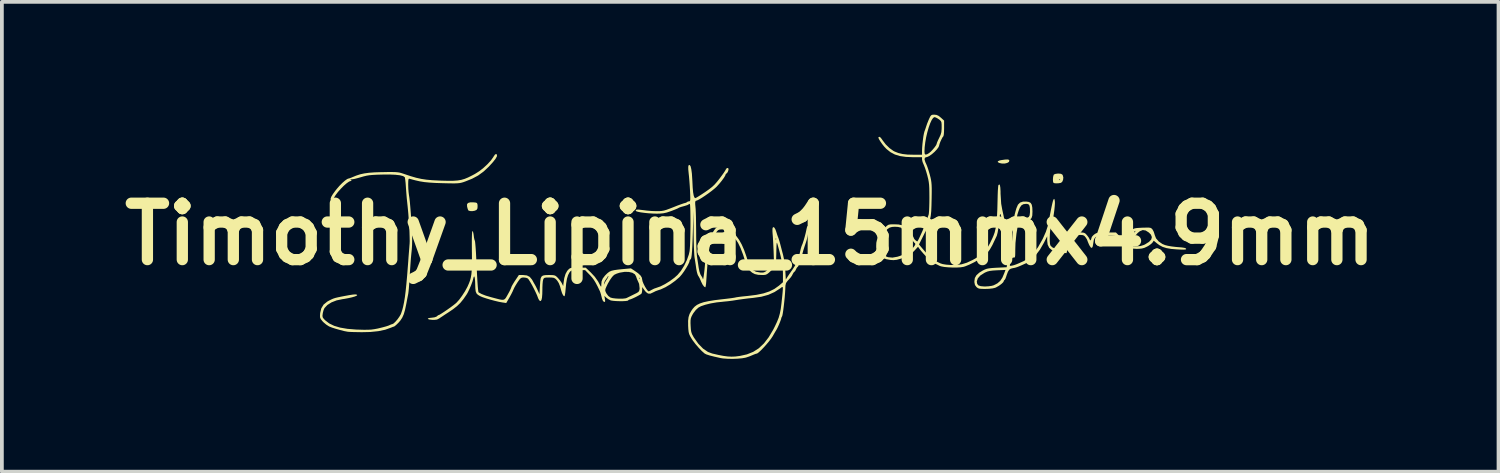
<source format=kicad_pcb>
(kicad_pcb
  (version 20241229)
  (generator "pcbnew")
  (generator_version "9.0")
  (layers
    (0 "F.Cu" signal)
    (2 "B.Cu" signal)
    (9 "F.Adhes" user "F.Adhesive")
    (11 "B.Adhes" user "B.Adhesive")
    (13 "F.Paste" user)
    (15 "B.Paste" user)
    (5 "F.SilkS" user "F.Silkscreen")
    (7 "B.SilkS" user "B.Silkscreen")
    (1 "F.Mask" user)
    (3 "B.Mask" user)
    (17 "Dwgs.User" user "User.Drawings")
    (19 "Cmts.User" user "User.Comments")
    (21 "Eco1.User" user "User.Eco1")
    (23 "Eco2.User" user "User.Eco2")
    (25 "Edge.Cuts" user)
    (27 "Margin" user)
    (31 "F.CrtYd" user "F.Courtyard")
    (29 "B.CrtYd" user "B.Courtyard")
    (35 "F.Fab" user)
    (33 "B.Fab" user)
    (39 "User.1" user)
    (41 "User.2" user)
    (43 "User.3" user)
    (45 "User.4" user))
  (footprint "Timothy_Lipina_15mmx4.9mm"
    (layer "F.Cu")
    (at 16.907 3.178)
    (property "Reference" "Timothy_Lipina_15mmx4.9mm" (at 0 0 0) (layer "F.SilkS") (effects (font (size 1.5 1.5) (thickness 0.3))))
    (attr board_only exclude_from_pos_files exclude_from_bom)
    (fp_poly (pts (xy 6.882 -1.977) (xy 6.894 -1.957) (xy 6.883 -1.921) (xy 6.839 -1.894) (xy 6.775 -1.878) (xy 6.701 -1.877) (xy 6.629 -1.892) (xy 6.621 -1.895) (xy 6.585 -1.918) (xy 6.591 -1.94) (xy 6.638 -1.96) (xy 6.676 -1.968) (xy 6.778 -1.983) (xy 6.845 -1.986)) (stroke (width 0) (type solid)) (fill yes) (layer "F.SilkS"))
    (fp_poly (pts (xy -7.361 -0.845) (xy -7.299 -0.839) (xy -7.268 -0.826) (xy -7.256 -0.795) (xy -7.252 -0.754) (xy -7.255 -0.686) (xy -7.279 -0.645) (xy -7.284 -0.641) (xy -7.332 -0.621) (xy -7.394 -0.611) (xy -7.454 -0.614) (xy -7.495 -0.628) (xy -7.5 -0.634) (xy -7.515 -0.671) (xy -7.53 -0.727) (xy -7.531 -0.732) (xy -7.534 -0.791) (xy -7.508 -0.828) (xy -7.448 -0.845)) (stroke (width 0) (type solid)) (fill yes) (layer "F.SilkS"))
    (fp_poly (pts (xy 8.265 -1.605) (xy 8.303 -1.584) (xy 8.314 -1.567) (xy 8.33 -1.507) (xy 8.323 -1.442) (xy 8.298 -1.388) (xy 8.263 -1.363) (xy 8.203 -1.353) (xy 8.138 -1.35) (xy 8.086 -1.356) (xy 8.068 -1.364) (xy 8.056 -1.399) (xy 8.053 -1.451) (xy 8.213 -1.451) (xy 8.216 -1.438) (xy 8.227 -1.437) (xy 8.245 -1.444) (xy 8.242 -1.451) (xy 8.216 -1.454) (xy 8.213 -1.451) (xy 8.053 -1.451) (xy 8.053 -1.457) (xy 8.058 -1.52) (xy 8.071 -1.57) (xy 8.079 -1.585) (xy 8.116 -1.601) (xy 8.177 -1.61) (xy 8.198 -1.611)) (stroke (width 0) (type solid)) (fill yes) (layer "F.SilkS"))
    (fp_poly (pts (xy -6.737 -2.112) (xy -6.737 -2.072) (xy -6.772 -2.007) (xy -6.842 -1.917) (xy -6.947 -1.802) (xy -6.958 -1.79) (xy -7.097 -1.661) (xy -7.239 -1.558) (xy -7.399 -1.473) (xy -7.573 -1.403) (xy -7.629 -1.383) (xy -7.677 -1.369) (xy -7.724 -1.359) (xy -7.779 -1.353) (xy -7.849 -1.35) (xy -7.941 -1.35) (xy -8.063 -1.352) (xy -8.183 -1.355) (xy -8.373 -1.361) (xy -8.531 -1.371) (xy -8.666 -1.384) (xy -8.79 -1.404) (xy -8.914 -1.432) (xy -9.047 -1.468) (xy -9.06 -1.472) (xy -9.079 -1.473) (xy -9.09 -1.458) (xy -9.096 -1.418) (xy -9.098 -1.345) (xy -9.098 -1.308) (xy -9.095 -1.208) (xy -9.087 -1.11) (xy -9.077 -1.033) (xy -9.076 -1.029) (xy -9.066 -0.962) (xy -9.054 -0.856) (xy -9.042 -0.719) (xy -9.029 -0.555) (xy -9.016 -0.372) (xy -9.005 -0.174) (xy -8.996 -0.006) (xy -8.992 0.139) (xy -8.995 0.285) (xy -9.003 0.414) (xy -9.007 0.451) (xy -9.016 0.536) (xy -9.027 0.653) (xy -9.037 0.791) (xy -9.047 0.938) (xy -9.055 1.066) (xy -9.063 1.205) (xy -9.072 1.336) (xy -9.081 1.449) (xy -9.09 1.536) (xy -9.097 1.589) (xy -9.097 1.589) (xy -9.111 1.658) (xy -9.129 1.751) (xy -9.148 1.852) (xy -9.152 1.872) (xy -9.183 2.019) (xy -9.216 2.132) (xy -9.256 2.222) (xy -9.305 2.297) (xy -9.356 2.356) (xy -9.41 2.409) (xy -9.453 2.446) (xy -9.475 2.459) (xy -9.506 2.468) (xy -9.557 2.489) (xy -9.563 2.491) (xy -9.711 2.544) (xy -9.895 2.582) (xy -10.111 2.604) (xy -10.334 2.609) (xy -10.452 2.607) (xy -10.558 2.605) (xy -10.643 2.602) (xy -10.698 2.598) (xy -10.708 2.597) (xy -10.802 2.579) (xy -10.911 2.551) (xy -11.024 2.519) (xy -11.124 2.487) (xy -11.198 2.458) (xy -11.206 2.454) (xy -11.279 2.407) (xy -11.352 2.345) (xy -11.377 2.319) (xy -11.419 2.267) (xy -11.44 2.226) (xy -11.445 2.178) (xy -11.44 2.105) (xy -11.44 2.101) (xy -11.41 1.975) (xy -11.349 1.875) (xy -11.251 1.795) (xy -11.208 1.771) (xy -11.147 1.74) (xy -11.095 1.717) (xy -11.041 1.699) (xy -10.975 1.683) (xy -10.885 1.664) (xy -10.806 1.649) (xy -10.672 1.624) (xy -10.575 1.609) (xy -10.51 1.604) (xy -10.472 1.608) (xy -10.455 1.621) (xy -10.454 1.623) (xy -10.47 1.639) (xy -10.52 1.66) (xy -10.596 1.682) (xy -10.689 1.703) (xy -10.791 1.722) (xy -10.85 1.731) (xy -11.003 1.763) (xy -11.139 1.816) (xy -11.249 1.886) (xy -11.325 1.967) (xy -11.349 2.02) (xy -11.368 2.092) (xy -11.372 2.115) (xy -11.379 2.175) (xy -11.371 2.217) (xy -11.342 2.256) (xy -11.305 2.294) (xy -11.2 2.375) (xy -11.069 2.439) (xy -10.908 2.487) (xy -10.714 2.52) (xy -10.482 2.539) (xy -10.413 2.541) (xy -10.275 2.545) (xy -10.169 2.544) (xy -10.081 2.54) (xy -10.001 2.529) (xy -9.915 2.513) (xy -9.872 2.503) (xy -9.775 2.479) (xy -9.687 2.455) (xy -9.623 2.434) (xy -9.602 2.425) (xy -9.553 2.403) (xy -9.521 2.394) (xy -9.487 2.377) (xy -9.439 2.332) (xy -9.385 2.27) (xy -9.335 2.2) (xy -9.296 2.134) (xy -9.285 2.106) (xy -9.256 2.02) (xy -9.231 1.923) (xy -9.208 1.81) (xy -9.186 1.676) (xy -9.166 1.519) (xy -9.147 1.333) (xy -9.127 1.113) (xy -9.107 0.857) (xy -9.097 0.729) (xy -9.088 0.6) (xy -9.078 0.474) (xy -9.069 0.362) (xy -9.063 0.278) (xy -9.061 0.261) (xy -9.058 0.187) (xy -9.06 0.077) (xy -9.064 -0.059) (xy -9.072 -0.213) (xy -9.083 -0.378) (xy -9.095 -0.545) (xy -9.11 -0.705) (xy -9.124 -0.838) (xy -9.136 -0.951) (xy -9.147 -1.085) (xy -9.157 -1.217) (xy -9.16 -1.262) (xy -9.167 -1.359) (xy -9.176 -1.441) (xy -9.184 -1.496) (xy -9.189 -1.514) (xy -9.232 -1.543) (xy -9.316 -1.565) (xy -9.44 -1.579) (xy -9.602 -1.586) (xy -9.794 -1.584) (xy -9.937 -1.58) (xy -10.047 -1.574) (xy -10.134 -1.566) (xy -10.21 -1.553) (xy -10.285 -1.535) (xy -10.346 -1.517) (xy -10.439 -1.491) (xy -10.521 -1.47) (xy -10.581 -1.459) (xy -10.597 -1.458) (xy -10.633 -1.455) (xy -10.631 -1.443) (xy -10.621 -1.437) (xy -10.6 -1.42) (xy -10.616 -1.415) (xy -10.622 -1.415) (xy -10.67 -1.398) (xy -10.735 -1.353) (xy -10.811 -1.287) (xy -10.89 -1.207) (xy -10.965 -1.123) (xy -11.029 -1.039) (xy -11.074 -0.966) (xy -11.092 -0.921) (xy -11.113 -0.879) (xy -11.138 -0.875) (xy -11.158 -0.905) (xy -11.162 -0.943) (xy -11.144 -0.994) (xy -11.102 -1.064) (xy -11.034 -1.157) (xy -11 -1.2) (xy -10.927 -1.284) (xy -10.851 -1.361) (xy -10.779 -1.424) (xy -10.72 -1.466) (xy -10.681 -1.48) (xy -10.649 -1.488) (xy -10.597 -1.508) (xy -10.592 -1.511) (xy -10.482 -1.556) (xy -10.376 -1.591) (xy -10.266 -1.615) (xy -10.141 -1.632) (xy -9.993 -1.643) (xy -9.812 -1.649) (xy -9.783 -1.649) (xy -9.638 -1.652) (xy -9.528 -1.652) (xy -9.445 -1.65) (xy -9.381 -1.645) (xy -9.328 -1.637) (xy -9.277 -1.623) (xy -9.221 -1.605) (xy -9.207 -1.6) (xy -9.036 -1.543) (xy -8.889 -1.5) (xy -8.751 -1.469) (xy -8.612 -1.448) (xy -8.459 -1.434) (xy -8.279 -1.425) (xy -8.205 -1.422) (xy -8.034 -1.418) (xy -7.897 -1.419) (xy -7.784 -1.427) (xy -7.687 -1.443) (xy -7.597 -1.469) (xy -7.503 -1.508) (xy -7.397 -1.561) (xy -7.322 -1.601) (xy -7.211 -1.671) (xy -7.097 -1.76) (xy -6.989 -1.86) (xy -6.897 -1.96) (xy -6.832 -2.052) (xy -6.824 -2.067) (xy -6.787 -2.12) (xy -6.756 -2.13)) (stroke (width 0) (type solid)) (fill yes) (layer "F.SilkS"))
    (fp_poly (pts (xy 4.961 -3.17) (xy 5.017 -3.143) (xy 5.071 -3.099) (xy 5.158 -3.02) (xy 5.158 -2.817) (xy 5.156 -2.728) (xy 5.151 -2.655) (xy 5.142 -2.61) (xy 5.137 -2.601) (xy 5.116 -2.574) (xy 5.088 -2.521) (xy 5.059 -2.458) (xy 5.037 -2.399) (xy 5.028 -2.362) (xy 5.011 -2.315) (xy 4.966 -2.254) (xy 4.904 -2.188) (xy 4.833 -2.126) (xy 4.763 -2.077) (xy 4.704 -2.05) (xy 4.685 -2.047) (xy 4.646 -2.031) (xy 4.638 -1.985) (xy 4.661 -1.91) (xy 4.679 -1.873) (xy 4.704 -1.814) (xy 4.734 -1.728) (xy 4.764 -1.628) (xy 4.778 -1.579) (xy 4.797 -1.505) (xy 4.811 -1.44) (xy 4.82 -1.377) (xy 4.826 -1.307) (xy 4.829 -1.222) (xy 4.829 -1.112) (xy 4.827 -0.969) (xy 4.826 -0.929) (xy 4.822 -0.753) (xy 4.816 -0.611) (xy 4.804 -0.492) (xy 4.784 -0.387) (xy 4.754 -0.285) (xy 4.711 -0.176) (xy 4.653 -0.051) (xy 4.578 0.1) (xy 4.573 0.11) (xy 4.49 0.275) (xy 4.543 0.339) (xy 4.66 0.475) (xy 4.756 0.577) (xy 4.832 0.65) (xy 4.892 0.695) (xy 4.915 0.708) (xy 4.986 0.742) (xy 5.054 0.775) (xy 5.06 0.778) (xy 5.119 0.797) (xy 5.211 0.812) (xy 5.326 0.821) (xy 5.336 0.822) (xy 5.491 0.822) (xy 5.629 0.802) (xy 5.764 0.76) (xy 5.909 0.692) (xy 5.983 0.652) (xy 6.089 0.586) (xy 6.176 0.52) (xy 6.248 0.447) (xy 6.313 0.359) (xy 6.376 0.248) (xy 6.444 0.107) (xy 6.473 0.04) (xy 6.504 -0.047) (xy 6.529 -0.155) (xy 6.549 -0.289) (xy 6.564 -0.452) (xy 6.574 -0.65) (xy 6.58 -0.886) (xy 6.581 -0.926) (xy 6.584 -1.046) (xy 6.588 -1.152) (xy 6.594 -1.235) (xy 6.599 -1.288) (xy 6.603 -1.302) (xy 6.626 -1.323) (xy 6.643 -1.302) (xy 6.654 -1.238) (xy 6.66 -1.131) (xy 6.66 -1.076) (xy 6.677 -0.807) (xy 6.706 -0.647) (xy 6.732 -0.529) (xy 6.76 -0.393) (xy 6.786 -0.263) (xy 6.792 -0.229) (xy 6.828 -0.036) (xy 6.857 0.117) (xy 6.879 0.235) (xy 6.897 0.32) (xy 6.91 0.376) (xy 6.92 0.406) (xy 6.928 0.414) (xy 6.934 0.404) (xy 6.94 0.378) (xy 6.947 0.341) (xy 6.948 0.337) (xy 6.956 0.275) (xy 6.966 0.181) (xy 6.975 0.067) (xy 6.985 -0.056) (xy 6.987 -0.087) (xy 6.997 -0.235) (xy 7.008 -0.351) (xy 7.021 -0.446) (xy 7.024 -0.463) (xy 7.096 -0.463) (xy 7.105 -0.429) (xy 7.137 -0.416) (xy 7.198 -0.415) (xy 7.235 -0.417) (xy 7.313 -0.426) (xy 7.377 -0.441) (xy 7.409 -0.455) (xy 7.434 -0.5) (xy 7.443 -0.581) (xy 7.443 -0.596) (xy 7.441 -0.693) (xy 7.43 -0.756) (xy 7.408 -0.789) (xy 7.371 -0.803) (xy 7.338 -0.805) (xy 7.267 -0.796) (xy 7.215 -0.765) (xy 7.174 -0.706) (xy 7.139 -0.618) (xy 7.109 -0.523) (xy 7.096 -0.463) (xy 7.024 -0.463) (xy 7.038 -0.53) (xy 7.061 -0.617) (xy 7.082 -0.689) (xy 7.123 -0.783) (xy 7.179 -0.839) (xy 7.258 -0.865) (xy 7.341 -0.866) (xy 7.413 -0.856) (xy 7.461 -0.83) (xy 7.49 -0.782) (xy 7.505 -0.705) (xy 7.509 -0.596) (xy 7.504 -0.493) (xy 7.483 -0.425) (xy 7.44 -0.383) (xy 7.367 -0.361) (xy 7.279 -0.352) (xy 7.202 -0.345) (xy 7.158 -0.335) (xy 7.137 -0.318) (xy 7.13 -0.297) (xy 7.083 -0.014) (xy 7.057 0.236) (xy 7.052 0.4) (xy 7.051 0.503) (xy 7.049 0.57) (xy 7.043 0.608) (xy 7.033 0.623) (xy 7.017 0.623) (xy 7.014 0.622) (xy 6.978 0.63) (xy 6.945 0.68) (xy 6.916 0.773) (xy 6.912 0.791) (xy 6.905 0.832) (xy 6.918 0.845) (xy 6.962 0.839) (xy 6.969 0.838) (xy 7.019 0.825) (xy 7.077 0.805) (xy 7.151 0.774) (xy 7.253 0.728) (xy 7.28 0.716) (xy 7.411 0.634) (xy 7.537 0.511) (xy 7.658 0.346) (xy 7.775 0.139) (xy 7.788 0.114) (xy 7.866 -0.062) (xy 7.917 -0.221) (xy 7.932 -0.289) (xy 7.968 -0.478) (xy 7.997 -0.628) (xy 8.021 -0.743) (xy 8.04 -0.828) (xy 8.055 -0.885) (xy 8.068 -0.919) (xy 8.08 -0.935) (xy 8.086 -0.937) (xy 8.098 -0.916) (xy 8.105 -0.865) (xy 8.106 -0.821) (xy 8.101 -0.741) (xy 8.091 -0.641) (xy 8.076 -0.532) (xy 8.059 -0.425) (xy 8.041 -0.328) (xy 8.023 -0.252) (xy 8.008 -0.206) (xy 8.004 -0.2) (xy 7.99 -0.162) (xy 7.979 -0.093) (xy 7.972 -0.004) (xy 7.969 0.092) (xy 7.969 0.183) (xy 7.975 0.257) (xy 7.986 0.302) (xy 7.986 0.302) (xy 8.034 0.35) (xy 8.116 0.39) (xy 8.226 0.42) (xy 8.258 0.425) (xy 8.355 0.44) (xy 8.377 0.356) (xy 8.396 0.274) (xy 8.413 0.19) (xy 8.414 0.185) (xy 8.453 0.087) (xy 8.504 0.027) (xy 8.546 -0.01) (xy 8.584 -0.031) (xy 8.632 -0.041) (xy 8.705 -0.043) (xy 8.739 -0.044) (xy 8.822 -0.043) (xy 8.874 -0.037) (xy 8.91 -0.021) (xy 8.941 0.009) (xy 8.966 0.038) (xy 9.005 0.091) (xy 9.029 0.135) (xy 9.033 0.148) (xy 9.045 0.166) (xy 9.054 0.163) (xy 9.073 0.132) (xy 9.076 0.109) (xy 9.092 0.07) (xy 9.133 0.025) (xy 9.149 0.012) (xy 9.183 -0.012) (xy 9.217 -0.028) (xy 9.261 -0.037) (xy 9.324 -0.042) (xy 9.416 -0.043) (xy 9.475 -0.044) (xy 9.729 -0.044) (xy 9.833 0.061) (xy 9.896 0.126) (xy 9.955 0.19) (xy 9.99 0.23) (xy 10.045 0.294) (xy 10.046 0.262) (xy 10.143 0.262) (xy 10.144 0.298) (xy 10.157 0.317) (xy 10.19 0.325) (xy 10.254 0.326) (xy 10.272 0.326) (xy 10.381 0.318) (xy 10.476 0.287) (xy 10.506 0.272) (xy 10.609 0.207) (xy 10.669 0.143) (xy 10.685 0.079) (xy 10.66 0.014) (xy 10.606 -0.042) (xy 10.521 -0.096) (xy 10.443 -0.108) (xy 10.367 -0.078) (xy 10.307 -0.03) (xy 10.219 0.072) (xy 10.163 0.171) (xy 10.143 0.26) (xy 10.143 0.262) (xy 10.046 0.262) (xy 10.051 0.127) (xy 10.055 0.042) (xy 10.056 0.039) (xy 10.121 0.039) (xy 10.123 0.062) (xy 10.134 0.055) (xy 10.158 0.013) (xy 10.165 0) (xy 10.182 -0.036) (xy 10.177 -0.04) (xy 10.157 -0.025) (xy 10.127 0.014) (xy 10.121 0.039) (xy 10.056 0.039) (xy 10.063 -0.012) (xy 10.077 -0.045) (xy 10.213 -0.045) (xy 10.216 -0.044) (xy 10.236 -0.059) (xy 10.241 -0.065) (xy 10.246 -0.086) (xy 10.243 -0.087) (xy 10.223 -0.072) (xy 10.219 -0.065) (xy 10.213 -0.045) (xy 10.077 -0.045) (xy 10.079 -0.048) (xy 10.108 -0.077) (xy 10.138 -0.101) (xy 10.179 -0.13) (xy 10.218 -0.149) (xy 10.268 -0.16) (xy 10.34 -0.166) (xy 10.439 -0.171) (xy 10.539 -0.173) (xy 10.605 -0.173) (xy 10.647 -0.167) (xy 10.673 -0.154) (xy 10.695 -0.132) (xy 10.703 -0.122) (xy 10.735 -0.063) (xy 10.758 0.01) (xy 10.76 0.02) (xy 10.796 0.112) (xy 10.867 0.195) (xy 10.966 0.263) (xy 11.04 0.293) (xy 11.113 0.311) (xy 11.212 0.328) (xy 11.321 0.341) (xy 11.369 0.345) (xy 11.479 0.354) (xy 11.55 0.365) (xy 11.588 0.379) (xy 11.597 0.39) (xy 11.595 0.403) (xy 11.574 0.41) (xy 11.529 0.413) (xy 11.451 0.411) (xy 11.359 0.407) (xy 11.2 0.394) (xy 11.074 0.372) (xy 10.972 0.34) (xy 10.884 0.293) (xy 10.825 0.249) (xy 10.735 0.175) (xy 10.702 0.225) (xy 10.665 0.262) (xy 10.604 0.306) (xy 10.556 0.333) (xy 10.487 0.365) (xy 10.421 0.383) (xy 10.342 0.391) (xy 10.272 0.392) (xy 10.142 0.383) (xy 10.042 0.355) (xy 9.961 0.301) (xy 9.889 0.217) (xy 9.881 0.206) (xy 9.822 0.127) (xy 9.766 0.075) (xy 9.702 0.043) (xy 9.619 0.027) (xy 9.507 0.022) (xy 9.475 0.022) (xy 9.373 0.023) (xy 9.304 0.028) (xy 9.257 0.038) (xy 9.222 0.055) (xy 9.2 0.071) (xy 9.162 0.109) (xy 9.141 0.158) (xy 9.128 0.232) (xy 9.126 0.245) (xy 9.113 0.326) (xy 9.092 0.365) (xy 9.065 0.36) (xy 9.031 0.312) (xy 9.011 0.273) (xy 8.986 0.214) (xy 8.97 0.173) (xy 8.967 0.162) (xy 8.956 0.137) (xy 8.928 0.093) (xy 8.922 0.085) (xy 8.89 0.047) (xy 8.853 0.028) (xy 8.796 0.022) (xy 8.762 0.022) (xy 8.682 0.028) (xy 8.608 0.045) (xy 8.581 0.055) (xy 8.549 0.074) (xy 8.526 0.1) (xy 8.506 0.143) (xy 8.486 0.211) (xy 8.465 0.297) (xy 8.415 0.506) (xy 8.283 0.494) (xy 8.137 0.47) (xy 8.028 0.427) (xy 7.954 0.364) (xy 7.913 0.279) (xy 7.901 0.178) (xy 7.901 0.057) (xy 7.815 0.227) (xy 7.707 0.414) (xy 7.589 0.57) (xy 7.466 0.691) (xy 7.34 0.774) (xy 7.329 0.779) (xy 7.224 0.827) (xy 7.147 0.86) (xy 7.09 0.881) (xy 7.044 0.895) (xy 6.997 0.904) (xy 6.99 0.905) (xy 6.932 0.92) (xy 6.889 0.949) (xy 6.856 1.001) (xy 6.825 1.083) (xy 6.811 1.126) (xy 6.791 1.182) (xy 6.772 1.215) (xy 6.766 1.219) (xy 6.749 1.236) (xy 6.747 1.249) (xy 6.729 1.282) (xy 6.683 1.326) (xy 6.619 1.373) (xy 6.547 1.414) (xy 6.519 1.427) (xy 6.451 1.444) (xy 6.351 1.455) (xy 6.257 1.458) (xy 6.164 1.457) (xy 6.103 1.452) (xy 6.063 1.44) (xy 6.032 1.419) (xy 6.017 1.405) (xy 5.979 1.353) (xy 5.965 1.286) (xy 5.964 1.264) (xy 6.029 1.264) (xy 6.039 1.324) (xy 6.071 1.364) (xy 6.134 1.385) (xy 6.231 1.393) (xy 6.249 1.393) (xy 6.341 1.388) (xy 6.425 1.376) (xy 6.477 1.361) (xy 6.576 1.31) (xy 6.651 1.245) (xy 6.709 1.157) (xy 6.76 1.037) (xy 6.791 0.953) (xy 6.568 0.962) (xy 6.457 0.969) (xy 6.376 0.979) (xy 6.312 0.995) (xy 6.252 1.02) (xy 6.231 1.031) (xy 6.122 1.101) (xy 6.055 1.177) (xy 6.029 1.256) (xy 6.029 1.264) (xy 5.964 1.264) (xy 5.964 1.254) (xy 5.976 1.168) (xy 6.018 1.094) (xy 6.093 1.026) (xy 6.184 0.97) (xy 6.239 0.943) (xy 6.291 0.923) (xy 6.351 0.911) (xy 6.43 0.902) (xy 6.539 0.895) (xy 6.562 0.894) (xy 6.822 0.881) (xy 6.84 0.784) (xy 6.856 0.712) (xy 6.876 0.652) (xy 6.882 0.638) (xy 6.894 0.584) (xy 6.879 0.519) (xy 6.864 0.469) (xy 6.845 0.392) (xy 6.821 0.284) (xy 6.793 0.142) (xy 6.758 -0.037) (xy 6.724 -0.218) (xy 6.698 -0.358) (xy 6.678 -0.458) (xy 6.664 -0.517) (xy 6.653 -0.538) (xy 6.644 -0.521) (xy 6.636 -0.468) (xy 6.626 -0.38) (xy 6.619 -0.308) (xy 6.602 -0.162) (xy 6.583 -0.045) (xy 6.562 0.037) (xy 6.552 0.061) (xy 6.523 0.122) (xy 6.484 0.204) (xy 6.443 0.291) (xy 6.441 0.294) (xy 6.375 0.41) (xy 6.298 0.512) (xy 6.267 0.544) (xy 6.188 0.608) (xy 6.08 0.679) (xy 5.958 0.749) (xy 5.834 0.81) (xy 5.722 0.856) (xy 5.677 0.87) (xy 5.599 0.883) (xy 5.496 0.889) (xy 5.38 0.889) (xy 5.264 0.883) (xy 5.158 0.873) (xy 5.076 0.857) (xy 5.039 0.844) (xy 4.973 0.811) (xy 4.9 0.777) (xy 4.894 0.774) (xy 4.84 0.738) (xy 4.767 0.678) (xy 4.686 0.601) (xy 4.606 0.516) (xy 4.535 0.433) (xy 4.512 0.403) (xy 4.464 0.337) (xy 4.371 0.438) (xy 4.306 0.502) (xy 4.242 0.551) (xy 4.168 0.591) (xy 4.069 0.631) (xy 4.004 0.654) (xy 3.901 0.683) (xy 3.813 0.692) (xy 3.738 0.688) (xy 3.618 0.667) (xy 3.525 0.627) (xy 3.447 0.56) (xy 3.419 0.529) (xy 3.381 0.476) (xy 3.36 0.427) (xy 3.353 0.364) (xy 3.352 0.351) (xy 3.42 0.351) (xy 3.447 0.449) (xy 3.502 0.53) (xy 3.555 0.57) (xy 3.667 0.614) (xy 3.784 0.625) (xy 3.915 0.602) (xy 3.966 0.586) (xy 4.082 0.544) (xy 4.167 0.504) (xy 4.235 0.459) (xy 4.298 0.402) (xy 4.314 0.385) (xy 4.372 0.314) (xy 4.395 0.266) (xy 4.383 0.239) (xy 4.375 0.236) (xy 4.355 0.216) (xy 4.317 0.167) (xy 4.268 0.099) (xy 4.238 0.054) (xy 4.161 -0.053) (xy 4.091 -0.126) (xy 4.018 -0.17) (xy 3.934 -0.191) (xy 3.85 -0.196) (xy 3.773 -0.191) (xy 3.709 -0.173) (xy 3.652 -0.135) (xy 3.596 -0.074) (xy 3.534 0.016) (xy 3.461 0.14) (xy 3.459 0.144) (xy 3.423 0.245) (xy 3.42 0.351) (xy 3.352 0.351) (xy 3.352 0.312) (xy 3.355 0.231) (xy 3.369 0.166) (xy 3.399 0.098) (xy 3.432 0.039) (xy 3.485 -0.044) (xy 3.545 -0.125) (xy 3.592 -0.18) (xy 3.637 -0.222) (xy 3.675 -0.247) (xy 3.721 -0.258) (xy 3.789 -0.261) (xy 3.827 -0.261) (xy 3.947 -0.256) (xy 4.037 -0.237) (xy 4.11 -0.201) (xy 4.164 -0.156) (xy 4.208 -0.109) (xy 4.257 -0.048) (xy 4.303 0.016) (xy 4.338 0.07) (xy 4.353 0.105) (xy 4.353 0.107) (xy 4.366 0.131) (xy 4.397 0.163) (xy 4.429 0.188) (xy 4.448 0.194) (xy 4.467 0.164) (xy 4.497 0.103) (xy 4.535 0.021) (xy 4.577 -0.072) (xy 4.618 -0.167) (xy 4.654 -0.253) (xy 4.681 -0.322) (xy 4.691 -0.35) (xy 4.715 -0.426) (xy 4.737 -0.491) (xy 4.747 -0.518) (xy 4.753 -0.555) (xy 4.759 -0.628) (xy 4.763 -0.728) (xy 4.766 -0.848) (xy 4.767 -0.961) (xy 4.766 -1.108) (xy 4.764 -1.222) (xy 4.759 -1.311) (xy 4.75 -1.387) (xy 4.737 -1.458) (xy 4.718 -1.535) (xy 4.712 -1.56) (xy 4.683 -1.661) (xy 4.652 -1.755) (xy 4.624 -1.828) (xy 4.614 -1.851) (xy 4.586 -1.917) (xy 4.572 -1.978) (xy 4.571 -1.991) (xy 4.571 -2.046) (xy 4.337 -2.046) (xy 4.142 -2.054) (xy 3.982 -2.077) (xy 3.848 -2.118) (xy 3.731 -2.18) (xy 3.626 -2.264) (xy 3.621 -2.269) (xy 3.566 -2.327) (xy 3.512 -2.394) (xy 3.464 -2.463) (xy 3.428 -2.522) (xy 3.41 -2.564) (xy 3.412 -2.577) (xy 3.436 -2.589) (xy 3.465 -2.572) (xy 3.505 -2.521) (xy 3.52 -2.498) (xy 3.605 -2.387) (xy 3.705 -2.289) (xy 3.808 -2.215) (xy 3.842 -2.197) (xy 3.943 -2.157) (xy 4.054 -2.131) (xy 4.185 -2.116) (xy 4.347 -2.112) (xy 4.348 -2.112) (xy 4.571 -2.111) (xy 4.571 -2.195) (xy 4.636 -2.195) (xy 4.642 -2.136) (xy 4.664 -2.114) (xy 4.707 -2.125) (xy 4.754 -2.153) (xy 4.804 -2.194) (xy 4.859 -2.252) (xy 4.91 -2.314) (xy 4.948 -2.369) (xy 4.962 -2.407) (xy 4.962 -2.407) (xy 4.972 -2.44) (xy 4.997 -2.498) (xy 5.028 -2.561) (xy 5.065 -2.641) (xy 5.085 -2.713) (xy 5.092 -2.796) (xy 5.093 -2.843) (xy 5.092 -2.924) (xy 5.086 -2.976) (xy 5.07 -3.009) (xy 5.04 -3.039) (xy 5.018 -3.055) (xy 4.962 -3.091) (xy 4.914 -3.111) (xy 4.903 -3.112) (xy 4.867 -3.092) (xy 4.828 -3.035) (xy 4.788 -2.948) (xy 4.749 -2.839) (xy 4.713 -2.713) (xy 4.681 -2.578) (xy 4.657 -2.441) (xy 4.641 -2.308) (xy 4.636 -2.195) (xy 4.571 -2.195) (xy 4.571 -2.217) (xy 4.574 -2.297) (xy 4.582 -2.396) (xy 4.594 -2.501) (xy 4.607 -2.6) (xy 4.622 -2.68) (xy 4.635 -2.73) (xy 4.636 -2.732) (xy 4.654 -2.781) (xy 4.676 -2.847) (xy 4.681 -2.862) (xy 4.705 -2.934) (xy 4.739 -3.019) (xy 4.758 -3.063) (xy 4.789 -3.128) (xy 4.815 -3.162) (xy 4.847 -3.175) (xy 4.897 -3.178)) (stroke (width 0) (type solid)) (fill yes) (layer "F.SilkS"))
    (fp_poly (pts (xy -1.586 -1.805) (xy -1.567 -1.728) (xy -1.551 -1.61) (xy -1.541 -1.451) (xy -1.538 -1.403) (xy -1.53 -1.239) (xy -1.519 -1.115) (xy -1.504 -1.029) (xy -1.486 -0.978) (xy -1.464 -0.958) (xy -1.459 -0.958) (xy -1.434 -0.969) (xy -1.38 -1.001) (xy -1.306 -1.048) (xy -1.218 -1.106) (xy -1.204 -1.115) (xy -1.095 -1.192) (xy -1.012 -1.257) (xy -0.943 -1.323) (xy -0.876 -1.4) (xy -0.821 -1.469) (xy -0.759 -1.553) (xy -0.705 -1.628) (xy -0.667 -1.686) (xy -0.652 -1.714) (xy -0.624 -1.755) (xy -0.594 -1.759) (xy -0.578 -1.743) (xy -0.577 -1.711) (xy -0.592 -1.665) (xy -0.615 -1.625) (xy -0.635 -1.611) (xy -0.652 -1.594) (xy -0.653 -1.587) (xy -0.667 -1.551) (xy -0.704 -1.492) (xy -0.757 -1.419) (xy -0.82 -1.342) (xy -0.886 -1.269) (xy -0.896 -1.258) (xy -0.951 -1.209) (xy -1.025 -1.149) (xy -1.111 -1.085) (xy -1.201 -1.022) (xy -1.286 -0.966) (xy -1.359 -0.922) (xy -1.41 -0.897) (xy -1.426 -0.892) (xy -1.451 -0.884) (xy -1.463 -0.855) (xy -1.463 -0.798) (xy -1.456 -0.721) (xy -1.451 -0.664) (xy -1.447 -0.572) (xy -1.443 -0.452) (xy -1.441 -0.312) (xy -1.439 -0.16) (xy -1.438 -0.068) (xy -1.437 0.089) (xy -1.434 0.238) (xy -1.43 0.373) (xy -1.425 0.485) (xy -1.419 0.566) (xy -1.415 0.596) (xy -1.401 0.69) (xy -1.384 0.801) (xy -1.371 0.89) (xy -1.351 0.992) (xy -1.324 1.072) (xy -1.305 1.105) (xy -1.274 1.154) (xy -1.259 1.195) (xy -1.255 1.205) (xy -1.248 1.179) (xy -1.238 1.124) (xy -1.227 1.045) (xy -1.216 0.949) (xy -1.206 0.844) (xy -1.199 0.762) (xy -1.184 0.58) (xy -1.17 0.439) (xy -1.157 0.338) (xy -1.143 0.276) (xy -1.13 0.249) (xy -1.129 0.249) (xy -1.112 0.219) (xy -1.11 0.2) (xy -1.099 0.156) (xy -1.069 0.088) (xy -1.028 0.009) (xy -0.981 -0.07) (xy -0.943 -0.125) (xy -0.908 -0.166) (xy -0.872 -0.188) (xy -0.819 -0.195) (xy -0.771 -0.196) (xy -0.677 -0.188) (xy -0.598 -0.16) (xy -0.52 -0.106) (xy -0.466 -0.056) (xy -0.374 0.044) (xy -0.296 0.151) (xy -0.227 0.274) (xy -0.163 0.419) (xy -0.101 0.594) (xy -0.053 0.751) (xy -0.005 0.87) (xy 0.062 0.952) (xy 0.153 1.001) (xy 0.274 1.022) (xy 0.319 1.023) (xy 0.365 1.017) (xy 0.411 0.994) (xy 0.468 0.948) (xy 0.514 0.906) (xy 0.634 0.789) (xy 0.623 0.465) (xy 0.617 0.337) (xy 0.611 0.212) (xy 0.606 0.131) (xy 0.675 0.131) (xy 0.683 0.149) (xy 0.689 0.145) (xy 0.692 0.119) (xy 0.689 0.116) (xy 0.676 0.119) (xy 0.675 0.131) (xy 0.606 0.131) (xy 0.605 0.102) (xy 0.599 0.02) (xy 0.597 0.005) (xy 0.592 -0.073) (xy 0.592 -0.136) (xy 0.597 -0.167) (xy 0.617 -0.188) (xy 0.644 -0.171) (xy 0.672 -0.122) (xy 0.694 -0.06) (xy 0.715 0.008) (xy 0.735 0.065) (xy 0.74 0.076) (xy 0.756 0.12) (xy 0.778 0.19) (xy 0.795 0.25) (xy 0.818 0.338) (xy 0.846 0.446) (xy 0.874 0.55) (xy 0.875 0.555) (xy 0.897 0.657) (xy 0.916 0.782) (xy 0.93 0.911) (xy 0.934 0.969) (xy 0.947 1.208) (xy 0.995 1.132) (xy 1.035 1.072) (xy 1.087 0.997) (xy 1.129 0.937) (xy 1.179 0.86) (xy 1.221 0.781) (xy 1.243 0.73) (xy 1.263 0.67) (xy 1.281 0.627) (xy 1.284 0.62) (xy 1.296 0.589) (xy 1.313 0.528) (xy 1.327 0.469) (xy 1.344 0.394) (xy 1.362 0.333) (xy 1.372 0.306) (xy 1.394 0.253) (xy 1.421 0.171) (xy 1.449 0.075) (xy 1.474 -0.022) (xy 1.492 -0.104) (xy 1.495 -0.12) (xy 1.509 -0.18) (xy 1.525 -0.214) (xy 1.534 -0.218) (xy 1.549 -0.188) (xy 1.552 -0.126) (xy 1.545 -0.042) (xy 1.528 0.056) (xy 1.503 0.157) (xy 1.48 0.229) (xy 1.447 0.326) (xy 1.416 0.423) (xy 1.394 0.502) (xy 1.392 0.511) (xy 1.371 0.59) (xy 1.347 0.662) (xy 1.338 0.686) (xy 1.312 0.753) (xy 1.294 0.811) (xy 1.278 0.854) (xy 1.263 0.871) (xy 1.244 0.889) (xy 1.22 0.932) (xy 1.219 0.936) (xy 1.196 0.981) (xy 1.177 1.001) (xy 1.176 1.001) (xy 1.157 1.019) (xy 1.135 1.056) (xy 1.11 1.105) (xy 1.077 1.152) (xy 1.026 1.21) (xy 0.996 1.242) (xy 0.953 1.301) (xy 0.937 1.37) (xy 0.936 1.398) (xy 0.933 1.472) (xy 0.927 1.57) (xy 0.918 1.682) (xy 0.906 1.8) (xy 0.893 1.916) (xy 0.88 2.021) (xy 0.867 2.107) (xy 0.856 2.164) (xy 0.849 2.185) (xy 0.829 2.225) (xy 0.827 2.237) (xy 0.818 2.271) (xy 0.796 2.331) (xy 0.767 2.403) (xy 0.735 2.474) (xy 0.706 2.531) (xy 0.697 2.547) (xy 0.676 2.581) (xy 0.641 2.641) (xy 0.6 2.713) (xy 0.597 2.718) (xy 0.555 2.781) (xy 0.497 2.857) (xy 0.428 2.939) (xy 0.357 3.018) (xy 0.288 3.089) (xy 0.23 3.143) (xy 0.188 3.174) (xy 0.176 3.178) (xy 0.143 3.186) (xy 0.087 3.208) (xy 0.06 3.22) (xy -0.02 3.253) (xy -0.103 3.281) (xy -0.12 3.286) (xy -0.214 3.303) (xy -0.336 3.314) (xy -0.472 3.319) (xy -0.607 3.316) (xy -0.726 3.307) (xy -0.784 3.298) (xy -0.953 3.26) (xy -1.08 3.228) (xy -1.166 3.2) (xy -1.213 3.176) (xy -1.287 3.111) (xy -1.372 3.022) (xy -1.457 2.923) (xy -1.53 2.826) (xy -1.56 2.78) (xy -1.599 2.713) (xy -1.624 2.659) (xy -1.638 2.602) (xy -1.646 2.529) (xy -1.651 2.435) (xy -1.651 2.369) (xy -1.588 2.369) (xy -1.585 2.436) (xy -1.579 2.533) (xy -1.568 2.602) (xy -1.548 2.66) (xy -1.515 2.722) (xy -1.496 2.754) (xy -1.378 2.919) (xy -1.253 3.047) (xy -1.123 3.135) (xy -1.012 3.176) (xy -0.845 3.214) (xy -0.71 3.24) (xy -0.597 3.255) (xy -0.497 3.26) (xy -0.398 3.256) (xy -0.292 3.243) (xy -0.276 3.241) (xy -0.087 3.199) (xy 0.08 3.132) (xy 0.23 3.036) (xy 0.365 2.908) (xy 0.491 2.745) (xy 0.611 2.544) (xy 0.655 2.458) (xy 0.713 2.335) (xy 0.757 2.225) (xy 0.788 2.116) (xy 0.812 1.996) (xy 0.831 1.849) (xy 0.838 1.785) (xy 0.853 1.642) (xy 0.863 1.538) (xy 0.868 1.468) (xy 0.868 1.426) (xy 0.861 1.407) (xy 0.848 1.407) (xy 0.827 1.421) (xy 0.8 1.442) (xy 0.647 1.541) (xy 0.482 1.615) (xy 0.294 1.666) (xy 0.076 1.697) (xy 0.065 1.698) (xy -0.058 1.711) (xy -0.186 1.727) (xy -0.302 1.743) (xy -0.359 1.752) (xy -0.472 1.77) (xy -0.6 1.786) (xy -0.717 1.797) (xy -0.718 1.798) (xy -0.892 1.816) (xy -1.054 1.844) (xy -1.196 1.879) (xy -1.31 1.918) (xy -1.375 1.953) (xy -1.446 2.017) (xy -1.512 2.103) (xy -1.529 2.131) (xy -1.561 2.191) (xy -1.579 2.242) (xy -1.587 2.296) (xy -1.588 2.369) (xy -1.651 2.369) (xy -1.652 2.307) (xy -1.64 2.208) (xy -1.613 2.123) (xy -1.566 2.04) (xy -1.529 1.987) (xy -1.478 1.93) (xy -1.416 1.883) (xy -1.337 1.844) (xy -1.236 1.811) (xy -1.107 1.783) (xy -0.946 1.757) (xy -0.748 1.733) (xy -0.718 1.73) (xy -0.608 1.717) (xy -0.511 1.705) (xy -0.437 1.694) (xy -0.396 1.687) (xy -0.392 1.685) (xy -0.359 1.679) (xy -0.292 1.669) (xy -0.199 1.658) (xy -0.089 1.647) (xy -0.051 1.643) (xy 0.168 1.615) (xy 0.352 1.577) (xy 0.507 1.526) (xy 0.642 1.459) (xy 0.763 1.373) (xy 0.795 1.346) (xy 0.871 1.28) (xy 0.871 1.055) (xy 0.868 0.947) (xy 0.858 0.84) (xy 0.841 0.728) (xy 0.813 0.599) (xy 0.775 0.445) (xy 0.733 0.294) (xy 0.721 0.254) (xy 0.713 0.232) (xy 0.707 0.234) (xy 0.702 0.264) (xy 0.699 0.325) (xy 0.696 0.423) (xy 0.694 0.516) (xy 0.686 0.848) (xy 0.56 0.968) (xy 0.495 1.029) (xy 0.448 1.065) (xy 0.407 1.082) (xy 0.358 1.088) (xy 0.329 1.088) (xy 0.212 1.083) (xy 0.123 1.063) (xy 0.051 1.025) (xy 0.001 0.982) (xy -0.066 0.898) (xy -0.112 0.792) (xy -0.118 0.773) (xy -0.188 0.551) (xy -0.256 0.372) (xy -0.322 0.235) (xy -0.371 0.16) (xy -0.466 0.041) (xy -0.548 -0.043) (xy -0.622 -0.096) (xy -0.695 -0.123) (xy -0.768 -0.126) (xy -0.818 -0.12) (xy -0.853 -0.105) (xy -0.886 -0.071) (xy -0.926 -0.01) (xy -0.939 0.011) (xy -0.983 0.087) (xy -1.017 0.159) (xy -1.035 0.207) (xy -1.051 0.26) (xy -1.066 0.294) (xy -1.079 0.331) (xy -1.093 0.407) (xy -1.108 0.519) (xy -1.124 0.662) (xy -1.139 0.832) (xy -1.154 1.025) (xy -1.168 1.238) (xy -1.168 1.246) (xy -1.175 1.325) (xy -1.184 1.385) (xy -1.193 1.414) (xy -1.195 1.415) (xy -1.228 1.395) (xy -1.267 1.342) (xy -1.306 1.264) (xy -1.315 1.241) (xy -1.344 1.175) (xy -1.373 1.123) (xy -1.383 1.109) (xy -1.4 1.072) (xy -1.419 1.006) (xy -1.435 0.923) (xy -1.436 0.914) (xy -1.451 0.809) (xy -1.468 0.699) (xy -1.481 0.618) (xy -1.487 0.559) (xy -1.492 0.464) (xy -1.498 0.341) (xy -1.502 0.198) (xy -1.505 0.043) (xy -1.506 -0.068) (xy -1.511 -0.62) (xy -1.525 -0.076) (xy -1.532 0.14) (xy -1.539 0.315) (xy -1.547 0.452) (xy -1.556 0.554) (xy -1.566 0.623) (xy -1.578 0.663) (xy -1.592 0.675) (xy -1.609 0.692) (xy -1.611 0.707) (xy -1.623 0.752) (xy -1.656 0.821) (xy -1.704 0.904) (xy -1.759 0.99) (xy -1.817 1.07) (xy -1.87 1.132) (xy -1.88 1.143) (xy -1.995 1.242) (xy -2.124 1.335) (xy -2.255 1.413) (xy -2.378 1.47) (xy -2.449 1.493) (xy -2.515 1.517) (xy -2.579 1.549) (xy -2.655 1.584) (xy -2.717 1.582) (xy -2.773 1.541) (xy -2.808 1.499) (xy -2.873 1.408) (xy -2.873 1.482) (xy -2.878 1.54) (xy -2.889 1.578) (xy -2.89 1.58) (xy -2.918 1.603) (xy -2.974 1.636) (xy -3.044 1.673) (xy -3.116 1.707) (xy -3.176 1.732) (xy -3.211 1.741) (xy -3.24 1.753) (xy -3.243 1.763) (xy -3.263 1.773) (xy -3.316 1.78) (xy -3.391 1.784) (xy -3.477 1.784) (xy -3.565 1.781) (xy -3.643 1.775) (xy -3.701 1.766) (xy -3.715 1.762) (xy -3.777 1.729) (xy -3.828 1.691) (xy -3.88 1.643) (xy -3.865 1.727) (xy -3.858 1.78) (xy -3.865 1.802) (xy -3.888 1.803) (xy -3.917 1.778) (xy -3.943 1.714) (xy -3.951 1.68) (xy -3.97 1.604) (xy -3.99 1.541) (xy -4 1.516) (xy -4.01 1.495) (xy -3.857 1.495) (xy -3.847 1.533) (xy -3.826 1.576) (xy -3.775 1.645) (xy -3.715 1.688) (xy -3.657 1.703) (xy -3.574 1.713) (xy -3.48 1.718) (xy -3.391 1.717) (xy -3.32 1.709) (xy -3.292 1.701) (xy -3.254 1.683) (xy -3.191 1.652) (xy -3.114 1.614) (xy -3.102 1.608) (xy -3.025 1.57) (xy -2.979 1.542) (xy -2.956 1.515) (xy -2.946 1.479) (xy -2.942 1.442) (xy -2.955 1.325) (xy -2.979 1.268) (xy -3.01 1.2) (xy -3.019 1.175) (xy -2.96 1.175) (xy -2.952 1.193) (xy -2.946 1.19) (xy -2.943 1.164) (xy -2.946 1.161) (xy -2.958 1.164) (xy -2.96 1.175) (xy -3.019 1.175) (xy -3.033 1.135) (xy -3.035 1.125) (xy -3.069 1.068) (xy -3.135 1.028) (xy -3.228 1.006) (xy -3.34 1.004) (xy -3.463 1.024) (xy -3.483 1.029) (xy -3.553 1.052) (xy -3.61 1.079) (xy -3.624 1.088) (xy -3.674 1.14) (xy -3.731 1.221) (xy -3.788 1.319) (xy -3.824 1.394) (xy -3.85 1.455) (xy -3.857 1.495) (xy -4.01 1.495) (xy -4.061 1.389) (xy -4.112 1.293) (xy -4.158 1.218) (xy -4.205 1.155) (xy -4.258 1.095) (xy -4.269 1.084) (xy -4.392 0.958) (xy -4.578 0.958) (xy -4.669 0.958) (xy -4.727 0.963) (xy -4.762 0.973) (xy -4.787 0.993) (xy -4.808 1.02) (xy -4.845 1.09) (xy -4.874 1.185) (xy -4.896 1.313) (xy -4.911 1.468) (xy -4.919 1.552) (xy -4.929 1.616) (xy -4.938 1.651) (xy -4.941 1.654) (xy -4.974 1.633) (xy -5.005 1.571) (xy -5.027 1.502) (xy -5.059 1.388) (xy -5.091 1.306) (xy -5.129 1.244) (xy -5.155 1.213) (xy -5.191 1.18) (xy -5.23 1.162) (xy -5.286 1.155) (xy -5.348 1.154) (xy -5.424 1.155) (xy -5.468 1.162) (xy -5.492 1.179) (xy -5.507 1.209) (xy -5.507 1.209) (xy -5.517 1.256) (xy -5.524 1.333) (xy -5.528 1.425) (xy -5.528 1.457) (xy -5.531 1.594) (xy -5.539 1.691) (xy -5.553 1.752) (xy -5.574 1.779) (xy -5.589 1.78) (xy -5.615 1.757) (xy -5.641 1.707) (xy -5.648 1.687) (xy -5.672 1.624) (xy -5.71 1.541) (xy -5.756 1.448) (xy -5.804 1.356) (xy -5.851 1.274) (xy -5.89 1.212) (xy -5.915 1.181) (xy -5.96 1.162) (xy -6.022 1.154) (xy -6.028 1.154) (xy -6.07 1.157) (xy -6.103 1.172) (xy -6.137 1.207) (xy -6.181 1.269) (xy -6.195 1.29) (xy -6.241 1.364) (xy -6.279 1.432) (xy -6.3 1.478) (xy -6.301 1.48) (xy -6.32 1.525) (xy -6.354 1.593) (xy -6.397 1.672) (xy -6.404 1.684) (xy -6.49 1.833) (xy -6.592 1.818) (xy -6.685 1.801) (xy -6.798 1.774) (xy -6.917 1.742) (xy -7.03 1.708) (xy -7.125 1.676) (xy -7.187 1.649) (xy -7.244 1.615) (xy -7.282 1.576) (xy -7.303 1.522) (xy -7.312 1.444) (xy -7.315 1.356) (xy -7.318 1.254) (xy -7.325 1.179) (xy -7.335 1.135) (xy -7.347 1.125) (xy -7.36 1.154) (xy -7.364 1.172) (xy -7.386 1.254) (xy -7.424 1.357) (xy -7.47 1.464) (xy -7.516 1.559) (xy -7.545 1.608) (xy -7.631 1.732) (xy -7.712 1.831) (xy -7.8 1.916) (xy -7.906 1.999) (xy -8.027 2.081) (xy -8.114 2.137) (xy -8.193 2.19) (xy -8.254 2.23) (xy -8.277 2.246) (xy -8.332 2.273) (xy -8.404 2.282) (xy -8.457 2.281) (xy -8.534 2.272) (xy -8.573 2.258) (xy -8.573 2.243) (xy -8.531 2.23) (xy -8.474 2.224) (xy -8.4 2.214) (xy -8.348 2.196) (xy -8.335 2.186) (xy -8.304 2.16) (xy -8.291 2.155) (xy -8.262 2.143) (xy -8.208 2.11) (xy -8.136 2.063) (xy -8.054 2.007) (xy -7.971 1.948) (xy -7.897 1.893) (xy -7.838 1.846) (xy -7.814 1.825) (xy -7.742 1.745) (xy -7.664 1.639) (xy -7.588 1.522) (xy -7.525 1.407) (xy -7.515 1.386) (xy -7.48 1.306) (xy -7.452 1.231) (xy -7.432 1.153) (xy -7.417 1.067) (xy -7.408 0.965) (xy -7.403 0.84) (xy -7.402 0.687) (xy -7.403 0.497) (xy -7.404 0.468) (xy -7.405 0.281) (xy -7.405 0.131) (xy -7.402 0.02) (xy -7.397 -0.052) (xy -7.39 -0.081) (xy -7.389 -0.082) (xy -7.375 -0.066) (xy -7.363 -0.018) (xy -7.356 0.027) (xy -7.347 0.098) (xy -7.334 0.153) (xy -7.326 0.172) (xy -7.319 0.202) (xy -7.312 0.269) (xy -7.304 0.365) (xy -7.296 0.484) (xy -7.289 0.619) (xy -7.287 0.662) (xy -7.276 0.894) (xy -7.266 1.095) (xy -7.256 1.262) (xy -7.247 1.392) (xy -7.238 1.485) (xy -7.231 1.537) (xy -7.226 1.549) (xy -7.144 1.594) (xy -7.036 1.636) (xy -6.893 1.678) (xy -6.878 1.682) (xy -6.753 1.715) (xy -6.662 1.738) (xy -6.599 1.748) (xy -6.555 1.744) (xy -6.524 1.725) (xy -6.496 1.689) (xy -6.465 1.635) (xy -6.446 1.601) (xy -6.404 1.525) (xy -6.373 1.461) (xy -6.357 1.421) (xy -6.355 1.415) (xy -6.344 1.386) (xy -6.313 1.331) (xy -6.27 1.261) (xy -6.255 1.239) (xy -6.154 1.088) (xy -6.042 1.088) (xy -5.94 1.099) (xy -5.865 1.137) (xy -5.806 1.208) (xy -5.789 1.237) (xy -5.757 1.296) (xy -5.73 1.342) (xy -5.726 1.349) (xy -5.705 1.387) (xy -5.675 1.448) (xy -5.655 1.491) (xy -5.605 1.6) (xy -5.594 1.38) (xy -5.586 1.263) (xy -5.575 1.182) (xy -5.553 1.131) (xy -5.515 1.103) (xy -5.456 1.091) (xy -5.37 1.088) (xy -5.356 1.088) (xy -5.271 1.089) (xy -5.216 1.095) (xy -5.178 1.11) (xy -5.143 1.138) (xy -5.112 1.17) (xy -5.06 1.232) (xy -5.018 1.294) (xy -5.006 1.317) (xy -4.975 1.382) (xy -4.968 1.317) (xy -4.946 1.17) (xy -4.913 1.06) (xy -4.87 0.981) (xy -4.854 0.962) (xy -4.823 0.93) (xy -4.795 0.909) (xy -4.757 0.898) (xy -4.701 0.893) (xy -4.615 0.892) (xy -4.584 0.892) (xy -4.376 0.892) (xy -4.24 1.021) (xy -4.133 1.136) (xy -4.049 1.256) (xy -4.032 1.286) (xy -3.995 1.357) (xy -3.974 1.392) (xy -3.964 1.395) (xy -3.961 1.371) (xy -3.961 1.344) (xy -3.961 1.339) (xy -3.892 1.339) (xy -3.888 1.339) (xy -3.875 1.309) (xy -3.846 1.255) (xy -3.808 1.195) (xy -3.806 1.194) (xy -3.78 1.148) (xy -3.772 1.119) (xy -3.774 1.116) (xy -3.787 1.118) (xy -3.787 1.124) (xy -3.801 1.154) (xy -3.83 1.191) (xy -3.867 1.249) (xy -3.885 1.299) (xy -3.892 1.339) (xy -3.961 1.339) (xy -3.953 1.256) (xy -3.923 1.182) (xy -3.865 1.106) (xy -3.841 1.081) (xy -3.792 1.034) (xy -3.744 0.999) (xy -3.688 0.975) (xy -3.616 0.958) (xy -3.517 0.944) (xy -3.411 0.933) (xy -3.173 0.911) (xy -3.083 0.97) (xy -2.982 1.041) (xy -2.917 1.102) (xy -2.883 1.158) (xy -2.873 1.212) (xy -2.863 1.258) (xy -2.837 1.322) (xy -2.802 1.392) (xy -2.763 1.456) (xy -2.728 1.504) (xy -2.702 1.523) (xy -2.701 1.523) (xy -2.675 1.513) (xy -2.63 1.488) (xy -2.623 1.484) (xy -2.556 1.45) (xy -2.492 1.428) (xy -2.387 1.391) (xy -2.265 1.329) (xy -2.138 1.25) (xy -2.018 1.162) (xy -1.934 1.087) (xy -1.844 0.98) (xy -1.759 0.844) (xy -1.686 0.694) (xy -1.633 0.544) (xy -1.613 0.455) (xy -1.607 0.397) (xy -1.601 0.309) (xy -1.597 0.198) (xy -1.593 0.068) (xy -1.591 -0.072) (xy -1.589 -0.216) (xy -1.589 -0.358) (xy -1.59 -0.491) (xy -1.592 -0.608) (xy -1.595 -0.704) (xy -1.599 -0.771) (xy -1.604 -0.803) (xy -1.606 -0.805) (xy -1.637 -0.792) (xy -1.644 -0.787) (xy -1.676 -0.771) (xy -1.735 -0.752) (xy -1.774 -0.741) (xy -1.84 -0.723) (xy -1.89 -0.705) (xy -1.904 -0.697) (xy -1.934 -0.681) (xy -1.994 -0.656) (xy -2.073 -0.625) (xy -2.11 -0.611) (xy -2.217 -0.575) (xy -2.307 -0.555) (xy -2.402 -0.546) (xy -2.485 -0.544) (xy -2.589 -0.547) (xy -2.702 -0.554) (xy -2.811 -0.565) (xy -2.909 -0.578) (xy -2.984 -0.593) (xy -3.028 -0.607) (xy -3.033 -0.61) (xy -3.049 -0.637) (xy -3.024 -0.651) (xy -2.962 -0.652) (xy -2.863 -0.64) (xy -2.858 -0.64) (xy -2.749 -0.626) (xy -2.623 -0.615) (xy -2.506 -0.611) (xy -2.5 -0.611) (xy -2.42 -0.611) (xy -2.355 -0.616) (xy -2.293 -0.627) (xy -2.223 -0.648) (xy -2.134 -0.681) (xy -2.039 -0.718) (xy -1.936 -0.759) (xy -1.846 -0.792) (xy -1.777 -0.816) (xy -1.738 -0.827) (xy -1.734 -0.827) (xy -1.696 -0.84) (xy -1.687 -0.849) (xy -1.656 -0.867) (xy -1.63 -0.871) (xy -1.613 -0.873) (xy -1.601 -0.884) (xy -1.595 -0.912) (xy -1.594 -0.964) (xy -1.596 -1.046) (xy -1.6 -1.137) (xy -1.607 -1.267) (xy -1.617 -1.405) (xy -1.628 -1.533) (xy -1.636 -1.607) (xy -1.647 -1.718) (xy -1.648 -1.79) (xy -1.64 -1.828) (xy -1.637 -1.832) (xy -1.61 -1.84)) (stroke (width 0) (type solid)) (fill yes) (layer "F.SilkS")))
  (gr_rect
    (start -3 -3)
    (end 36.814 9.497)
    (stroke (width 0.1) (type default))
    (fill no)
    (layer "Edge.Cuts")))
</source>
